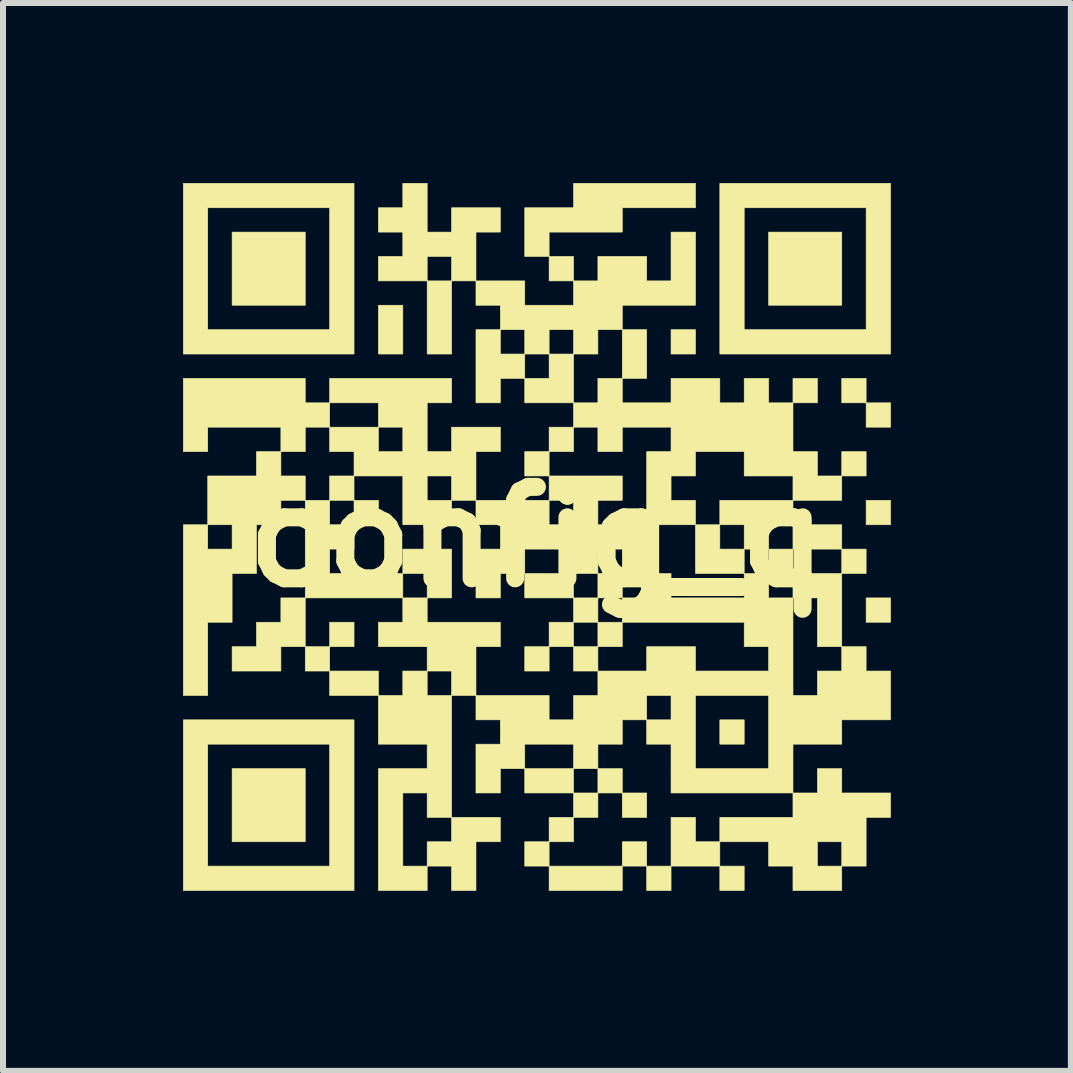
<source format=kicad_pcb>
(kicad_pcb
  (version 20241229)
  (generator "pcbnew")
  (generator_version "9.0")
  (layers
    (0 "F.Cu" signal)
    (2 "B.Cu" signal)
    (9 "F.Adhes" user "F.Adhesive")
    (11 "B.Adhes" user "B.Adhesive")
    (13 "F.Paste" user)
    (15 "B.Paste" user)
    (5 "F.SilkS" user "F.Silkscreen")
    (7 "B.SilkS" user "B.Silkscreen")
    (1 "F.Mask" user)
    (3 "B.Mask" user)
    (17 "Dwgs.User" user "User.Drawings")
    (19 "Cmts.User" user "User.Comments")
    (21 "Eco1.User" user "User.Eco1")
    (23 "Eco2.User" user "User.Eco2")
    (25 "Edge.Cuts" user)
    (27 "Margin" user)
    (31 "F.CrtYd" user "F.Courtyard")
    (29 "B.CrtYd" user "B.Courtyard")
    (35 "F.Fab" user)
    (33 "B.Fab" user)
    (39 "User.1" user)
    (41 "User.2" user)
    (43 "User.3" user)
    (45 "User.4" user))
  (footprint "config_q"
    (layer "F.Cu")
    (at 5.898 5.898)
    (property "Reference" "config_q" (at 0 0 0) (layer "F.SilkS") (effects (font (size 1.524 1.524) (thickness 0.3))))
    (attr through_hole)
    (fp_poly (pts (xy -3.861 -3.861) (xy -5.08 -3.861) (xy -5.08 -5.08) (xy -3.861 -5.08) (xy -3.861 -3.861)) (stroke (width 0.01) (type solid)) (fill yes) (layer "F.SilkS"))
    (fp_poly (pts (xy -3.861 2.235) (xy -3.861 1.829) (xy -3.454 1.829) (xy -3.454 2.235) (xy -3.861 2.235)) (stroke (width 0.01) (type solid)) (fill yes) (layer "F.SilkS"))
    (fp_poly (pts (xy -3.861 5.08) (xy -5.08 5.08) (xy -5.08 3.861) (xy -3.861 3.861) (xy -3.861 5.08)) (stroke (width 0.01) (type solid)) (fill yes) (layer "F.SilkS"))
    (fp_poly (pts (xy -3.454 -0.61) (xy -3.454 -1.016) (xy -3.048 -1.016) (xy -3.048 -0.61) (xy -3.454 -0.61)) (stroke (width 0.01) (type solid)) (fill yes) (layer "F.SilkS"))
    (fp_poly (pts (xy -3.048 1.829) (xy -3.454 1.829) (xy -3.454 1.422) (xy -3.048 1.422) (xy -3.048 1.829)) (stroke (width 0.01) (type solid)) (fill yes) (layer "F.SilkS"))
    (fp_poly (pts (xy -2.642 -0.61) (xy -2.642 -0.203) (xy -3.048 -0.203) (xy -3.048 -0.61) (xy -2.642 -0.61)) (stroke (width 0.01) (type solid)) (fill yes) (layer "F.SilkS"))
    (fp_poly (pts (xy -2.642 2.235) (xy -2.642 2.642) (xy -3.454 2.642) (xy -3.454 2.235) (xy -2.642 2.235)) (stroke (width 0.01) (type solid)) (fill yes) (layer "F.SilkS"))
    (fp_poly (pts (xy -2.235 -3.048) (xy -2.642 -3.048) (xy -2.642 -3.861) (xy -2.235 -3.861) (xy -2.235 -3.048)) (stroke (width 0.01) (type solid)) (fill yes) (layer "F.SilkS"))
    (fp_poly (pts (xy -0.203 -1.016) (xy -0.203 -1.422) (xy 0.203 -1.422) (xy 0.203 -1.016) (xy -0.203 -1.016)) (stroke (width 0.01) (type solid)) (fill yes) (layer "F.SilkS"))
    (fp_poly (pts (xy -0.203 1.016) (xy -0.203 0.61) (xy 0.61 0.61) (xy 0.61 1.016) (xy -0.203 1.016)) (stroke (width 0.01) (type solid)) (fill yes) (layer "F.SilkS"))
    (fp_poly (pts (xy 0.203 -4.267) (xy 0.203 -4.674) (xy 0.61 -4.674) (xy 0.61 -4.267) (xy 0.203 -4.267)) (stroke (width 0.01) (type solid)) (fill yes) (layer "F.SilkS"))
    (fp_poly (pts (xy 0.203 -1.829) (xy 0.61 -1.829) (xy 0.61 -1.422) (xy 0.203 -1.422) (xy 0.203 -1.829)) (stroke (width 0.01) (type solid)) (fill yes) (layer "F.SilkS"))
    (fp_poly (pts (xy 0.203 1.829) (xy 0.203 1.422) (xy 0.61 1.422) (xy 0.61 1.829) (xy 0.203 1.829)) (stroke (width 0.01) (type solid)) (fill yes) (layer "F.SilkS"))
    (fp_poly (pts (xy 0.203 2.235) (xy -0.203 2.235) (xy -0.203 1.829) (xy 0.203 1.829) (xy 0.203 2.235)) (stroke (width 0.01) (type solid)) (fill yes) (layer "F.SilkS"))
    (fp_poly (pts (xy 1.016 0.61) (xy 1.422 0.61) (xy 1.422 1.016) (xy 1.016 1.016) (xy 1.016 0.61)) (stroke (width 0.01) (type solid)) (fill yes) (layer "F.SilkS"))
    (fp_poly (pts (xy 1.016 1.422) (xy 0.61 1.422) (xy 0.61 1.016) (xy 1.016 1.016) (xy 1.016 1.422)) (stroke (width 0.01) (type solid)) (fill yes) (layer "F.SilkS"))
    (fp_poly (pts (xy 1.016 1.422) (xy 1.422 1.422) (xy 1.422 1.829) (xy 1.016 1.829) (xy 1.016 1.422)) (stroke (width 0.01) (type solid)) (fill yes) (layer "F.SilkS"))
    (fp_poly (pts (xy 1.016 2.235) (xy 0.61 2.235) (xy 0.61 1.829) (xy 1.016 1.829) (xy 1.016 2.235)) (stroke (width 0.01) (type solid)) (fill yes) (layer "F.SilkS"))
    (fp_poly (pts (xy 1.016 4.267) (xy 1.016 3.861) (xy 1.422 3.861) (xy 1.422 4.267) (xy 1.016 4.267)) (stroke (width 0.01) (type solid)) (fill yes) (layer "F.SilkS"))
    (fp_poly (pts (xy 1.422 -3.454) (xy 1.829 -3.454) (xy 1.829 -2.642) (xy 1.422 -2.642) (xy 1.422 -3.454)) (stroke (width 0.01) (type solid)) (fill yes) (layer "F.SilkS"))
    (fp_poly (pts (xy 1.829 4.267) (xy 1.829 4.674) (xy 1.422 4.674) (xy 1.422 4.267) (xy 1.829 4.267)) (stroke (width 0.01) (type solid)) (fill yes) (layer "F.SilkS"))
    (fp_poly (pts (xy 2.642 -3.048) (xy 2.235 -3.048) (xy 2.235 -3.454) (xy 2.642 -3.454) (xy 2.642 -3.048)) (stroke (width 0.01) (type solid)) (fill yes) (layer "F.SilkS"))
    (fp_poly (pts (xy 3.454 3.454) (xy 3.048 3.454) (xy 3.048 3.048) (xy 3.454 3.048) (xy 3.454 3.454)) (stroke (width 0.01) (type solid)) (fill yes) (layer "F.SilkS"))
    (fp_poly (pts (xy 3.454 5.893) (xy 3.048 5.893) (xy 3.048 5.486) (xy 3.454 5.486) (xy 3.454 5.893)) (stroke (width 0.01) (type solid)) (fill yes) (layer "F.SilkS"))
    (fp_poly (pts (xy 4.267 -2.642) (xy 4.674 -2.642) (xy 4.674 -2.235) (xy 4.267 -2.235) (xy 4.267 -2.642)) (stroke (width 0.01) (type solid)) (fill yes) (layer "F.SilkS"))
    (fp_poly (pts (xy 4.267 0.203) (xy 4.267 -0.203) (xy 5.08 -0.203) (xy 5.08 0.203) (xy 4.267 0.203)) (stroke (width 0.01) (type solid)) (fill yes) (layer "F.SilkS"))
    (fp_poly (pts (xy 4.267 0.61) (xy 3.861 0.61) (xy 3.861 0.203) (xy 4.267 0.203) (xy 4.267 0.61)) (stroke (width 0.01) (type solid)) (fill yes) (layer "F.SilkS"))
    (fp_poly (pts (xy 5.08 -3.861) (xy 3.861 -3.861) (xy 3.861 -5.08) (xy 5.08 -5.08) (xy 5.08 -3.861)) (stroke (width 0.01) (type solid)) (fill yes) (layer "F.SilkS"))
    (fp_poly (pts (xy 5.08 -2.235) (xy 5.08 -2.642) (xy 5.486 -2.642) (xy 5.486 -2.235) (xy 5.08 -2.235)) (stroke (width 0.01) (type solid)) (fill yes) (layer "F.SilkS"))
    (fp_poly (pts (xy 5.08 -1.422) (xy 5.486 -1.422) (xy 5.486 -1.016) (xy 5.08 -1.016) (xy 5.08 -1.422)) (stroke (width 0.01) (type solid)) (fill yes) (layer "F.SilkS"))
    (fp_poly (pts (xy 5.08 0.203) (xy 5.486 0.203) (xy 5.486 0.61) (xy 5.08 0.61) (xy 5.08 0.203)) (stroke (width 0.01) (type solid)) (fill yes) (layer "F.SilkS"))
    (fp_poly (pts (xy 5.893 -2.235) (xy 5.893 -1.829) (xy 5.486 -1.829) (xy 5.486 -2.235) (xy 5.893 -2.235)) (stroke (width 0.01) (type solid)) (fill yes) (layer "F.SilkS"))
    (fp_poly (pts (xy 5.893 -0.203) (xy 5.486 -0.203) (xy 5.486 -0.61) (xy 5.893 -0.61) (xy 5.893 -0.203)) (stroke (width 0.01) (type solid)) (fill yes) (layer "F.SilkS"))
    (fp_poly (pts (xy 5.893 1.422) (xy 5.486 1.422) (xy 5.486 1.016) (xy 5.893 1.016) (xy 5.893 1.422)) (stroke (width 0.01) (type solid)) (fill yes) (layer "F.SilkS"))
    (fp_poly (pts (xy -1.422 1.016) (xy -1.829 1.016) (xy -1.829 0.61) (xy -2.235 0.61) (xy -2.235 0.203) (xy -1.422 0.203) (xy -1.422 1.016)) (stroke (width 0.01) (type solid)) (fill yes) (layer "F.SilkS"))
    (fp_poly (pts (xy -0.203 -2.235) (xy -0.203 -2.642) (xy 0.203 -2.642) (xy 0.203 -3.048) (xy 0.61 -3.048) (xy 0.61 -2.235) (xy -0.203 -2.235)) (stroke (width 0.01) (type solid)) (fill yes) (layer "F.SilkS"))
    (fp_poly (pts (xy 3.048 0.203) (xy 3.454 0.203) (xy 3.454 0.61) (xy 2.642 0.61) (xy 2.642 -0.203) (xy 3.048 -0.203) (xy 3.048 0.203)) (stroke (width 0.01) (type solid)) (fill yes) (layer "F.SilkS"))
    (fp_poly (pts (xy -0.61 -2.642) (xy -0.61 -2.235) (xy -1.016 -2.235) (xy -1.016 -3.454) (xy -0.61 -3.454) (xy -0.61 -3.048) (xy -0.203 -3.048) (xy -0.203 -2.642) (xy -0.61 -2.642)) (stroke (width 0.01) (type solid)) (fill yes) (layer "F.SilkS"))
    (fp_poly (pts (xy 4.267 -0.203) (xy 3.861 -0.203) (xy 3.861 0.203) (xy 3.454 0.203) (xy 3.454 -0.203) (xy 3.048 -0.203) (xy 3.048 -0.61) (xy 4.267 -0.61) (xy 4.267 -0.203)) (stroke (width 0.01) (type solid)) (fill yes) (layer "F.SilkS"))
    (fp_poly (pts (xy -3.861 -0.61) (xy -3.454 -0.61) (xy -3.454 -0.203) (xy -3.048 -0.203) (xy -3.048 0.203) (xy -3.454 0.203) (xy -3.454 0.61) (xy -2.235 0.61) (xy -2.235 1.016) (xy -3.861 1.016) (xy -3.861 -0.61)) (stroke (width 0.01) (type solid)) (fill yes) (layer "F.SilkS"))
    (fp_poly (pts (xy -3.861 1.829) (xy -4.267 1.829) (xy -4.267 2.235) (xy -5.08 2.235) (xy -5.08 1.829) (xy -4.674 1.829) (xy -4.674 1.422) (xy -4.267 1.422) (xy -4.267 1.016) (xy -3.861 1.016) (xy -3.861 1.829)) (stroke (width 0.01) (type solid)) (fill yes) (layer "F.SilkS"))
    (fp_poly (pts (xy -0.203 -4.674) (xy -0.203 -5.486) (xy 0.61 -5.486) (xy 0.61 -5.893) (xy 2.642 -5.893) (xy 2.642 -5.486) (xy 1.422 -5.486) (xy 1.422 -5.08) (xy 0.203 -5.08) (xy 0.203 -4.674) (xy -0.203 -4.674)) (stroke (width 0.01) (type solid)) (fill yes) (layer "F.SilkS"))
    (fp_poly (pts (xy -3.048 -3.048) (xy -5.893 -3.048) (xy -5.893 -5.486) (xy -5.486 -5.486) (xy -5.486 -3.454) (xy -3.454 -3.454) (xy -3.454 -5.486) (xy -5.486 -5.486) (xy -5.893 -5.486) (xy -5.893 -5.893) (xy -3.048 -5.893) (xy -3.048 -3.048)) (stroke (width 0.01) (type solid)) (fill yes) (layer "F.SilkS"))
    (fp_poly (pts (xy -3.048 5.893) (xy -5.893 5.893) (xy -5.893 3.454) (xy -5.486 3.454) (xy -5.486 5.486) (xy -3.454 5.486) (xy -3.454 3.454) (xy -5.486 3.454) (xy -5.893 3.454) (xy -5.893 3.048) (xy -3.048 3.048) (xy -3.048 5.893)) (stroke (width 0.01) (type solid)) (fill yes) (layer "F.SilkS"))
    (fp_poly (pts (xy 5.893 -3.048) (xy 3.048 -3.048) (xy 3.048 -5.486) (xy 3.454 -5.486) (xy 3.454 -3.454) (xy 5.486 -3.454) (xy 5.486 -5.486) (xy 3.454 -5.486) (xy 3.048 -5.486) (xy 3.048 -5.893) (xy 5.893 -5.893) (xy 5.893 -3.048)) (stroke (width 0.01) (type solid)) (fill yes) (layer "F.SilkS"))
    (fp_poly (pts (xy -4.267 -1.829) (xy -5.486 -1.829) (xy -5.486 -1.422) (xy -5.893 -1.422) (xy -5.893 -2.642) (xy -3.861 -2.642) (xy -3.861 -2.235) (xy -3.454 -2.235) (xy -3.454 -1.829) (xy -3.861 -1.829) (xy -3.861 -1.422) (xy -4.267 -1.422) (xy -4.267 -1.829)) (stroke (width 0.01) (type solid)) (fill yes) (layer "F.SilkS"))
    (fp_poly (pts (xy -4.267 -1.016) (xy -3.861 -1.016) (xy -3.861 -0.61) (xy -4.267 -0.61) (xy -4.267 -0.203) (xy -4.674 -0.203) (xy -4.674 0.61) (xy -5.08 0.61) (xy -5.08 1.422) (xy -5.486 1.422) (xy -5.486 2.642) (xy -5.893 2.642) (xy -5.893 -0.203) (xy -5.486 -0.203) (xy -5.486 0.203) (xy -5.08 0.203) (xy -5.08 -0.203) (xy -5.486 -0.203) (xy -5.486 -1.016) (xy -4.674 -1.016) (xy -4.674 -1.422) (xy -4.267 -1.422) (xy -4.267 -1.016)) (stroke (width 0.01) (type solid)) (fill yes) (layer "F.SilkS"))
    (fp_poly (pts (xy -1.829 -5.08) (xy -1.422 -5.08) (xy -1.422 -5.486) (xy -0.61 -5.486) (xy -0.61 -5.08) (xy -1.016 -5.08) (xy -1.016 -4.267) (xy -1.422 -4.267) (xy -1.422 -3.048) (xy -1.829 -3.048) (xy -1.829 -4.267) (xy -2.642 -4.267) (xy -2.642 -4.674) (xy -2.235 -4.674) (xy -1.829 -4.674) (xy -1.829 -4.267) (xy -1.422 -4.267) (xy -1.422 -4.674) (xy -1.829 -4.674) (xy -2.235 -4.674) (xy -2.235 -5.08) (xy -2.642 -5.08) (xy -2.642 -5.486) (xy -2.235 -5.486) (xy -2.235 -5.893) (xy -1.829 -5.893) (xy -1.829 -5.08)) (stroke (width 0.01) (type solid)) (fill yes) (layer "F.SilkS"))
    (fp_poly (pts (xy -0.61 -3.861) (xy -1.016 -3.861) (xy -1.016 -4.267) (xy -0.203 -4.267) (xy -0.203 -3.861) (xy 0.61 -3.861) (xy 0.61 -4.267) (xy 1.016 -4.267) (xy 1.016 -4.674) (xy 1.829 -4.674) (xy 1.829 -4.267) (xy 2.235 -4.267) (xy 2.235 -5.08) (xy 2.642 -5.08) (xy 2.642 -3.861) (xy 1.422 -3.861) (xy 1.422 -3.454) (xy 1.016 -3.454) (xy 1.016 -3.048) (xy 0.61 -3.048) (xy 0.61 -3.454) (xy 0.203 -3.454) (xy 0.203 -3.048) (xy -0.203 -3.048) (xy -0.203 -3.454) (xy -0.61 -3.454) (xy -0.61 -3.861)) (stroke (width 0.01) (type solid)) (fill yes) (layer "F.SilkS"))
    (fp_poly (pts (xy 0.203 -0.61) (xy 0.203 -0.203) (xy 0.61 -0.203) (xy 0.61 -0.61) (xy 0.203 -0.61) (xy 0.203 -1.016) (xy 1.422 -1.016) (xy 1.422 -0.61) (xy 1.016 -0.61) (xy 1.016 -0.203) (xy 1.829 -0.203) (xy 1.829 0.61) (xy 1.422 0.61) (xy 1.422 0.203) (xy 1.016 0.203) (xy 1.016 0.61) (xy 0.61 0.61) (xy 0.61 0.203) (xy -0.203 0.203) (xy -0.203 0.61) (xy -0.61 0.61) (xy -0.61 1.016) (xy -1.016 1.016) (xy -1.016 0.203) (xy -0.61 0.203) (xy -0.61 -0.203) (xy -1.016 -0.203) (xy -1.016 -0.61) (xy 0.203 -0.61)) (stroke (width 0.01) (type solid)) (fill yes) (layer "F.SilkS"))
    (fp_poly (pts (xy -1.422 -0.203) (xy -2.235 -0.203) (xy -2.235 -1.016) (xy -1.829 -1.016) (xy -1.829 -0.61) (xy -1.422 -0.61) (xy -1.422 -1.016) (xy -1.829 -1.016) (xy -2.235 -1.016) (xy -3.048 -1.016) (xy -3.048 -1.422) (xy -3.454 -1.422) (xy -3.454 -1.829) (xy -2.642 -1.829) (xy -2.642 -1.422) (xy -2.235 -1.422) (xy -2.235 -1.829) (xy -2.642 -1.829) (xy -2.642 -2.235) (xy -3.454 -2.235) (xy -3.454 -2.642) (xy -1.422 -2.642) (xy -1.422 -2.235) (xy -1.829 -2.235) (xy -1.829 -1.422) (xy -1.422 -1.422) (xy -1.422 -1.829) (xy -0.61 -1.829) (xy -0.61 -1.422) (xy -1.016 -1.422) (xy -1.016 -0.61) (xy -1.422 -0.61) (xy -1.422 -0.203)) (stroke (width 0.01) (type solid)) (fill yes) (layer "F.SilkS"))
    (fp_poly (pts (xy 1.422 -2.235) (xy 2.235 -2.235) (xy 2.235 -2.642) (xy 3.048 -2.642) (xy 3.048 -2.235) (xy 3.454 -2.235) (xy 3.454 -2.642) (xy 3.861 -2.642) (xy 3.861 -2.235) (xy 4.267 -2.235) (xy 4.267 -1.422) (xy 4.674 -1.422) (xy 4.674 -1.016) (xy 5.08 -1.016) (xy 5.08 -0.61) (xy 4.267 -0.61) (xy 4.267 -1.016) (xy 3.454 -1.016) (xy 3.454 -1.422) (xy 2.642 -1.422) (xy 2.642 -1.016) (xy 2.235 -1.016) (xy 2.235 -0.61) (xy 2.642 -0.61) (xy 2.642 -0.203) (xy 1.829 -0.203) (xy 1.829 -1.422) (xy 2.235 -1.422) (xy 2.235 -1.829) (xy 1.422 -1.829) (xy 1.422 -1.422) (xy 1.016 -1.422) (xy 1.016 -1.829) (xy 0.61 -1.829) (xy 0.61 -2.235) (xy 1.016 -2.235) (xy 1.016 -2.642) (xy 1.422 -2.642) (xy 1.422 -2.235)) (stroke (width 0.01) (type solid)) (fill yes) (layer "F.SilkS"))
    (fp_poly (pts (xy -2.235 2.642) (xy -2.235 2.235) (xy -1.829 2.235) (xy -1.829 2.642) (xy -1.422 2.642) (xy -1.422 2.235) (xy -1.829 2.235) (xy -1.829 1.829) (xy -2.642 1.829) (xy -2.642 1.422) (xy -2.235 1.422) (xy -2.235 1.016) (xy -1.829 1.016) (xy -1.829 1.422) (xy -0.61 1.422) (xy -0.61 1.829) (xy -1.016 1.829) (xy -1.016 2.642) (xy -1.422 2.642) (xy -1.422 4.674) (xy -0.61 4.674) (xy -0.61 5.08) (xy -1.016 5.08) (xy -1.016 5.893) (xy -1.422 5.893) (xy -1.422 5.486) (xy -1.829 5.486) (xy -1.829 5.893) (xy -2.642 5.893) (xy -2.642 4.267) (xy -2.235 4.267) (xy -2.235 5.486) (xy -1.829 5.486) (xy -1.829 5.08) (xy -1.422 5.08) (xy -1.422 4.674) (xy -1.829 4.674) (xy -1.829 4.267) (xy -2.235 4.267) (xy -2.642 4.267) (xy -2.642 3.861) (xy -1.829 3.861) (xy -1.829 3.454) (xy -2.642 3.454) (xy -2.642 2.642) (xy -2.235 2.642)) (stroke (width 0.01) (type solid)) (fill yes) (layer "F.SilkS"))
    (fp_poly (pts (xy -0.61 3.861) (xy -0.61 4.267) (xy -1.016 4.267) (xy -1.016 3.454) (xy -0.61 3.454) (xy -0.203 3.454) (xy -0.203 3.861) (xy 0.61 3.861) (xy 0.61 3.454) (xy -0.203 3.454) (xy -0.61 3.454) (xy -0.61 3.048) (xy -1.016 3.048) (xy -1.016 2.642) (xy 0.203 2.642) (xy 0.203 3.048) (xy 0.61 3.048) (xy 0.61 2.642) (xy 1.016 2.642) (xy 1.829 2.642) (xy 1.829 3.048) (xy 2.235 3.048) (xy 2.235 2.642) (xy 2.642 2.642) (xy 2.642 3.861) (xy 3.861 3.861) (xy 3.861 2.642) (xy 4.267 2.642) (xy 4.674 2.642) (xy 4.674 2.235) (xy 5.08 2.235) (xy 5.08 1.829) (xy 4.674 1.829) (xy 4.674 1.016) (xy 4.267 1.016) (xy 4.267 2.642) (xy 3.861 2.642) (xy 2.642 2.642) (xy 2.235 2.642) (xy 1.829 2.642) (xy 1.016 2.642) (xy 1.016 2.235) (xy 1.829 2.235) (xy 1.829 1.829) (xy 2.642 1.829) (xy 2.642 2.235) (xy 3.861 2.235) (xy 3.861 1.829) (xy 3.454 1.829) (xy 3.454 1.422) (xy 1.422 1.422) (xy 1.422 1.016) (xy 1.829 1.016) (xy 1.829 0.61) (xy 2.235 0.61) (xy 2.235 1.016) (xy 3.454 1.016) (xy 3.454 0.61) (xy 3.861 0.61) (xy 3.861 1.016) (xy 4.267 1.016) (xy 4.267 0.61) (xy 5.08 0.61) (xy 5.08 1.829) (xy 5.486 1.829) (xy 5.486 2.235) (xy 5.893 2.235) (xy 5.893 3.048) (xy 5.08 3.048) (xy 5.08 3.454) (xy 4.267 3.454) (xy 4.267 4.267) (xy 4.674 4.267) (xy 4.674 3.861) (xy 5.08 3.861) (xy 5.08 4.267) (xy 5.893 4.267) (xy 5.893 4.674) (xy 5.486 4.674) (xy 5.486 5.486) (xy 5.08 5.486) (xy 5.08 5.893) (xy 4.267 5.893) (xy 4.267 5.486) (xy 3.861 5.486) (xy 3.861 5.08) (xy 4.674 5.08) (xy 4.674 5.486) (xy 5.08 5.486) (xy 5.08 5.08) (xy 4.674 5.08) (xy 3.861 5.08) (xy 3.048 5.08) (xy 3.048 5.486) (xy 2.235 5.486) (xy 2.235 5.893) (xy 1.829 5.893) (xy 1.829 5.486) (xy 1.422 5.486) (xy 1.422 5.893) (xy 0.203 5.893) (xy 0.203 5.486) (xy -0.203 5.486) (xy -0.203 5.08) (xy 0.203 5.08) (xy 0.203 5.486) (xy 1.422 5.486) (xy 1.422 5.08) (xy 1.829 5.08) (xy 1.829 5.486) (xy 2.235 5.486) (xy 2.235 4.674) (xy 2.642 4.674) (xy 2.642 5.08) (xy 3.048 5.08) (xy 3.048 4.674) (xy 4.267 4.674) (xy 4.267 4.267) (xy 2.235 4.267) (xy 2.235 3.454) (xy 1.829 3.454) (xy 1.829 3.048) (xy 1.422 3.048) (xy 1.422 3.454) (xy 1.016 3.454) (xy 1.016 3.861) (xy 0.61 3.861) (xy 0.61 4.267) (xy 1.016 4.267) (xy 1.016 4.674) (xy 0.61 4.674) (xy 0.61 5.08) (xy 0.203 5.08) (xy 0.203 4.674) (xy 0.61 4.674) (xy 0.61 4.267) (xy -0.203 4.267) (xy -0.203 3.861) (xy -0.61 3.861)) (stroke (width 0.01) (type solid)) (fill yes) (layer "F.SilkS")))
  (gr_rect
    (start -3 -3)
    (end 14.796 14.796)
    (stroke (width 0.1) (type default))
    (fill no)
    (layer "Edge.Cuts")))
</source>
